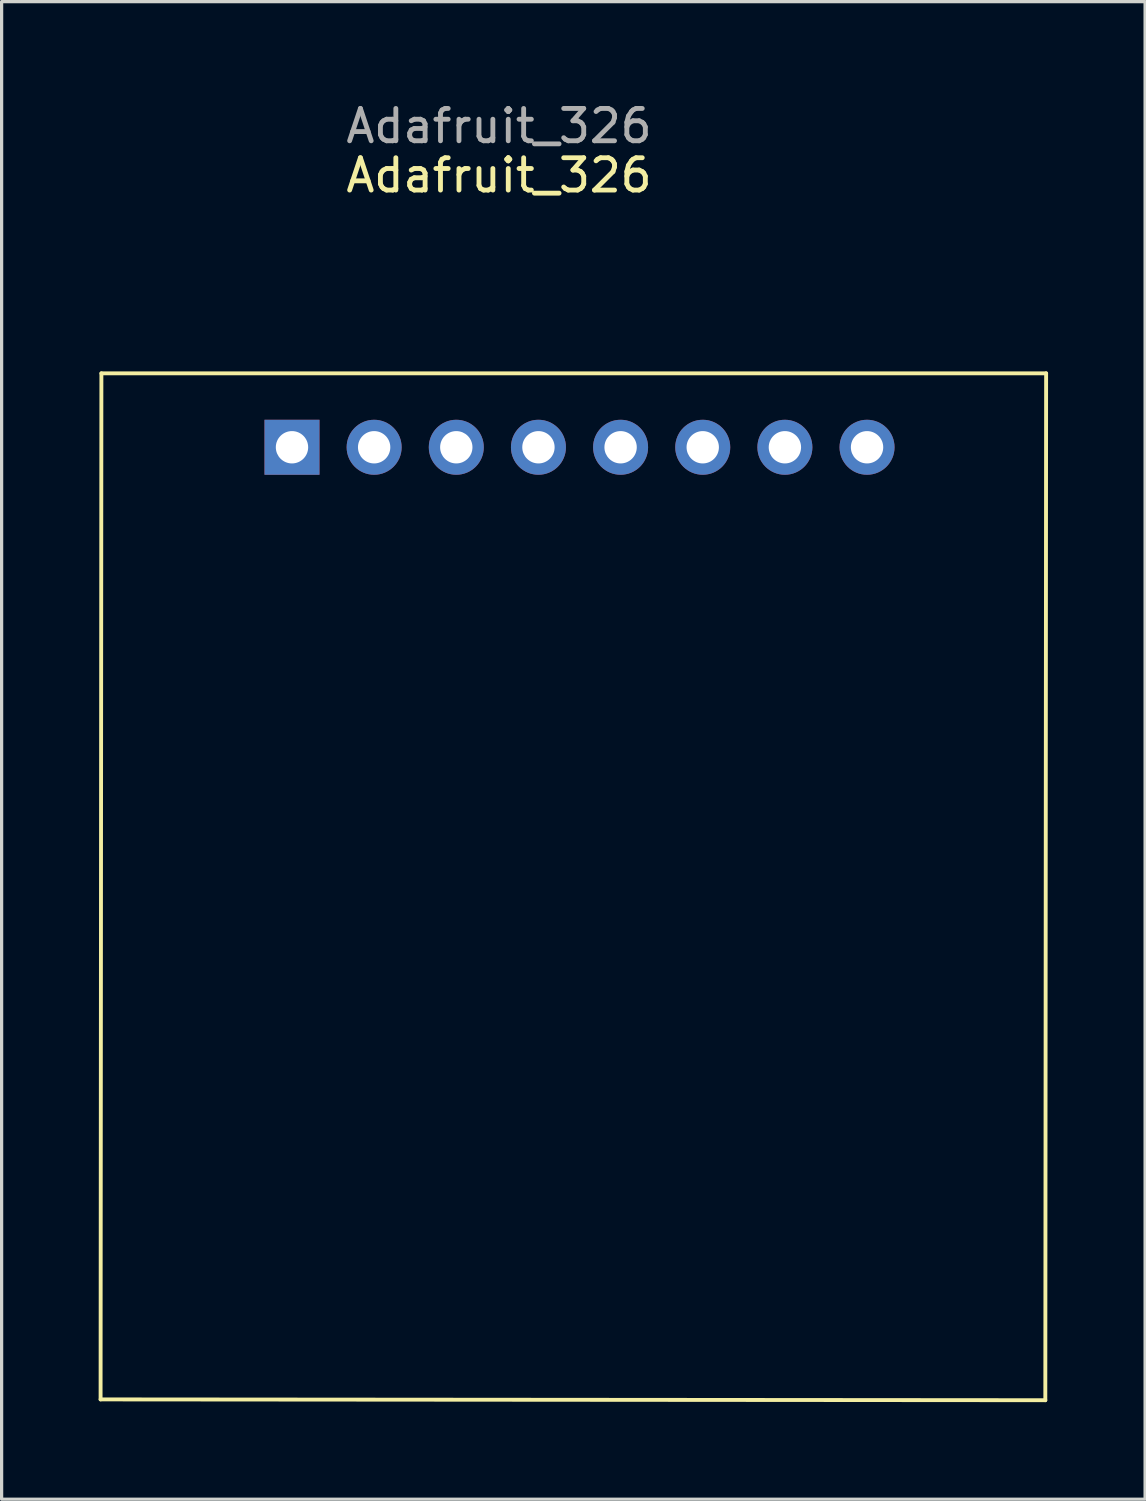
<source format=kicad_pcb>
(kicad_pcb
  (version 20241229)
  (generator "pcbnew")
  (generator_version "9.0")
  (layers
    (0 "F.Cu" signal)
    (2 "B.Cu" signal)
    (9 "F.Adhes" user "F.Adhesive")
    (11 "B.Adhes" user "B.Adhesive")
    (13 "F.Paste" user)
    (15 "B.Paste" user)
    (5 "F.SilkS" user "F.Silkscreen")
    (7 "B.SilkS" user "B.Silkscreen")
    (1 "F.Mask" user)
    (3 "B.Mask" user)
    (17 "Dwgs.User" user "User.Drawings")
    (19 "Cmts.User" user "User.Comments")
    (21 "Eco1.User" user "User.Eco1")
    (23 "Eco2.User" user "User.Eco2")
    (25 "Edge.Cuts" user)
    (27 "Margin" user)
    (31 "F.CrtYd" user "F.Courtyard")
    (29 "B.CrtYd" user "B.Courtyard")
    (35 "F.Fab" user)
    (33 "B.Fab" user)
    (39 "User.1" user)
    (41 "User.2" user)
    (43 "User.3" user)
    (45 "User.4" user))
  (footprint "Adafruit_326"
    (layer "F.Cu")
    (at 12.379 10.754)
    (property "Reference" "Adafruit_326" (at 0 -8.382 0) (layer "F.SilkS") (effects (font (size 1 1) (thickness 0.15))))
    (attr through_hole)
    (fp_line (start -12.319 29.464) (end -12.294 -2.261) (stroke (width 0.12) (type solid)) (layer "F.SilkS"))
    (fp_line (start 16.891 29.489) (end -12.319 29.464) (stroke (width 0.12) (type solid)) (layer "F.SilkS"))
    (fp_line (start 16.916 -2.261) (end -12.294 -2.261) (stroke (width 0.12) (type solid)) (layer "F.SilkS"))
    (fp_line (start 16.916 -2.261) (end 16.891 29.489) (stroke (width 0.12) (type solid)) (layer "F.SilkS"))
    (fp_text user "${REFERENCE}" (at 0 -9.906 0) (layer "F.Fab") (effects (font (size 1 1) (thickness 0.15))))
    (pad "1" thru_hole rect (at -6.401 0.025) (size 1.7 1.7) (drill 1) (layers "*.Cu" "*.Mask"))
    (pad "2" thru_hole circle (at -3.861 0.025) (size 1.7 1.7) (drill 1) (layers "*.Cu" "*.Mask"))
    (pad "3" thru_hole circle (at -1.321 0.025) (size 1.7 1.7) (drill 1) (layers "*.Cu" "*.Mask"))
    (pad "4" thru_hole circle (at 1.219 0.025) (size 1.7 1.7) (drill 1) (layers "*.Cu" "*.Mask"))
    (pad "5" thru_hole circle (at 3.759 0.025) (size 1.7 1.7) (drill 1) (layers "*.Cu" "*.Mask"))
    (pad "6" thru_hole circle (at 6.299 0.025) (size 1.7 1.7) (drill 1) (layers "*.Cu" "*.Mask"))
    (pad "7" thru_hole circle (at 8.839 0.025) (size 1.7 1.7) (drill 1) (layers "*.Cu" "*.Mask"))
    (pad "8" thru_hole circle (at 11.379 0.025) (size 1.7 1.7) (drill 1) (layers "*.Cu" "*.Mask")))
  (gr_rect
    (start -3 -3)
    (end 32.355 43.304)
    (stroke (width 0.1) (type default))
    (fill no)
    (layer "Edge.Cuts")))
</source>
